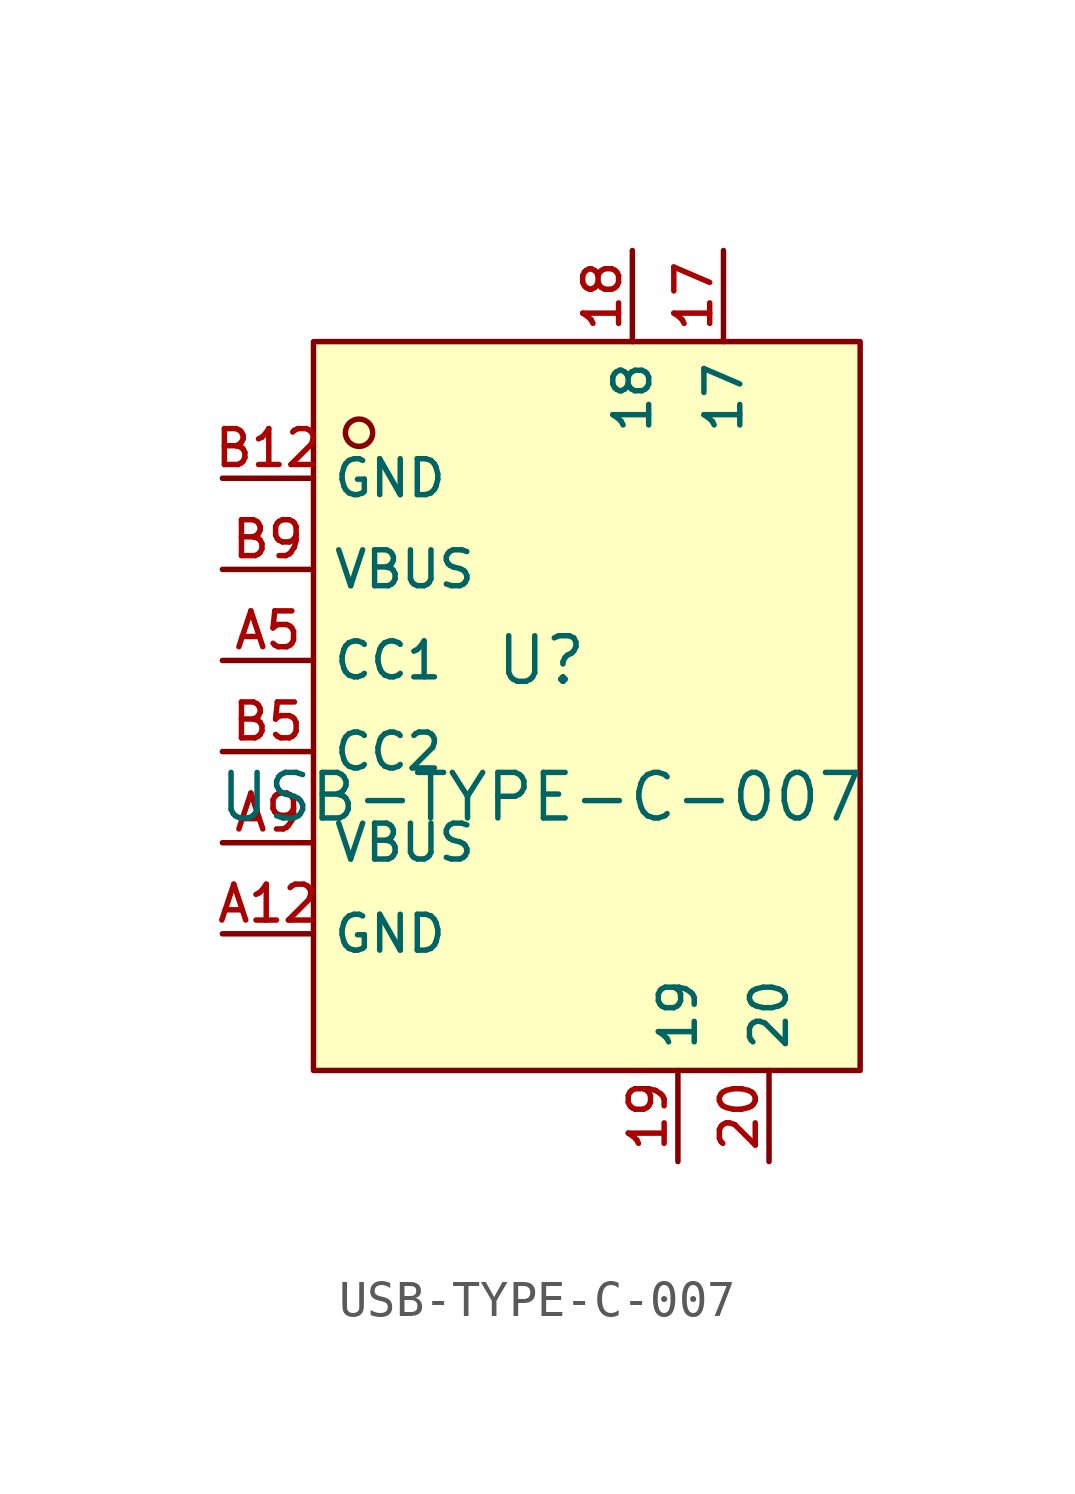
<source format=kicad_sym>
(kicad_symbol_lib
  (version 20210201)
  (generator TousstNicolas/JLC2KiCad_lib)
  (symbol "USB-TYPE-C-007"
    (property "Reference" "U"
      (at 0 1.27 0)
      (effects (font (size 1.27 1.27))))
    (property "Value" "USB-TYPE-C-007"
      (at 0 -2.54 0)
      (effects (font (size 1.27 1.27))))
    (symbol "USB-TYPE-C-007_0_1"
      (rectangle (start -6.35 10.16) (end 8.89 -10.16) (stroke (width 0) (type default) (color 0 0 0 0)) (fill (type background)))
      (circle (center -5.08 7.62) (radius 0.381) (stroke (width 0) (type default) (color 0 0 0 0)) (fill (type background)))
      (pin unspecified line (at -8.89 6.35 0) (length 2.54) (name "GND" (effects (font (size 1 1)))) (number "B12" (effects (font (size 1 1)))))
      (pin unspecified line (at -8.89 3.81 0) (length 2.54) (name "VBUS" (effects (font (size 1 1)))) (number "B9" (effects (font (size 1 1)))))
      (pin unspecified line (at -8.89 1.27 0) (length 2.54) (name "CC1" (effects (font (size 1 1)))) (number "A5" (effects (font (size 1 1)))))
      (pin unspecified line (at -8.89 -1.27 0) (length 2.54) (name "CC2" (effects (font (size 1 1)))) (number "B5" (effects (font (size 1 1)))))
      (pin unspecified line (at -8.89 -3.81 0) (length 2.54) (name "VBUS" (effects (font (size 1 1)))) (number "A9" (effects (font (size 1 1)))))
      (pin unspecified line (at -8.89 -6.35 0) (length 2.54) (name "GND" (effects (font (size 1 1)))) (number "A12" (effects (font (size 1 1)))))
      (pin unspecified line (at 5.08 12.7 270) (length 2.54) (name "17" (effects (font (size 1 1)))) (number "17" (effects (font (size 1 1)))))
      (pin unspecified line (at 2.54 12.7 270) (length 2.54) (name "18" (effects (font (size 1 1)))) (number "18" (effects (font (size 1 1)))))
      (pin unspecified line (at 3.81 -12.7 90) (length 2.54) (name "19" (effects (font (size 1 1)))) (number "19" (effects (font (size 1 1)))))
      (pin unspecified line (at 6.35 -12.7 90) (length 2.54) (name "20" (effects (font (size 1 1)))) (number "20" (effects (font (size 1 1))))))))
</source>
